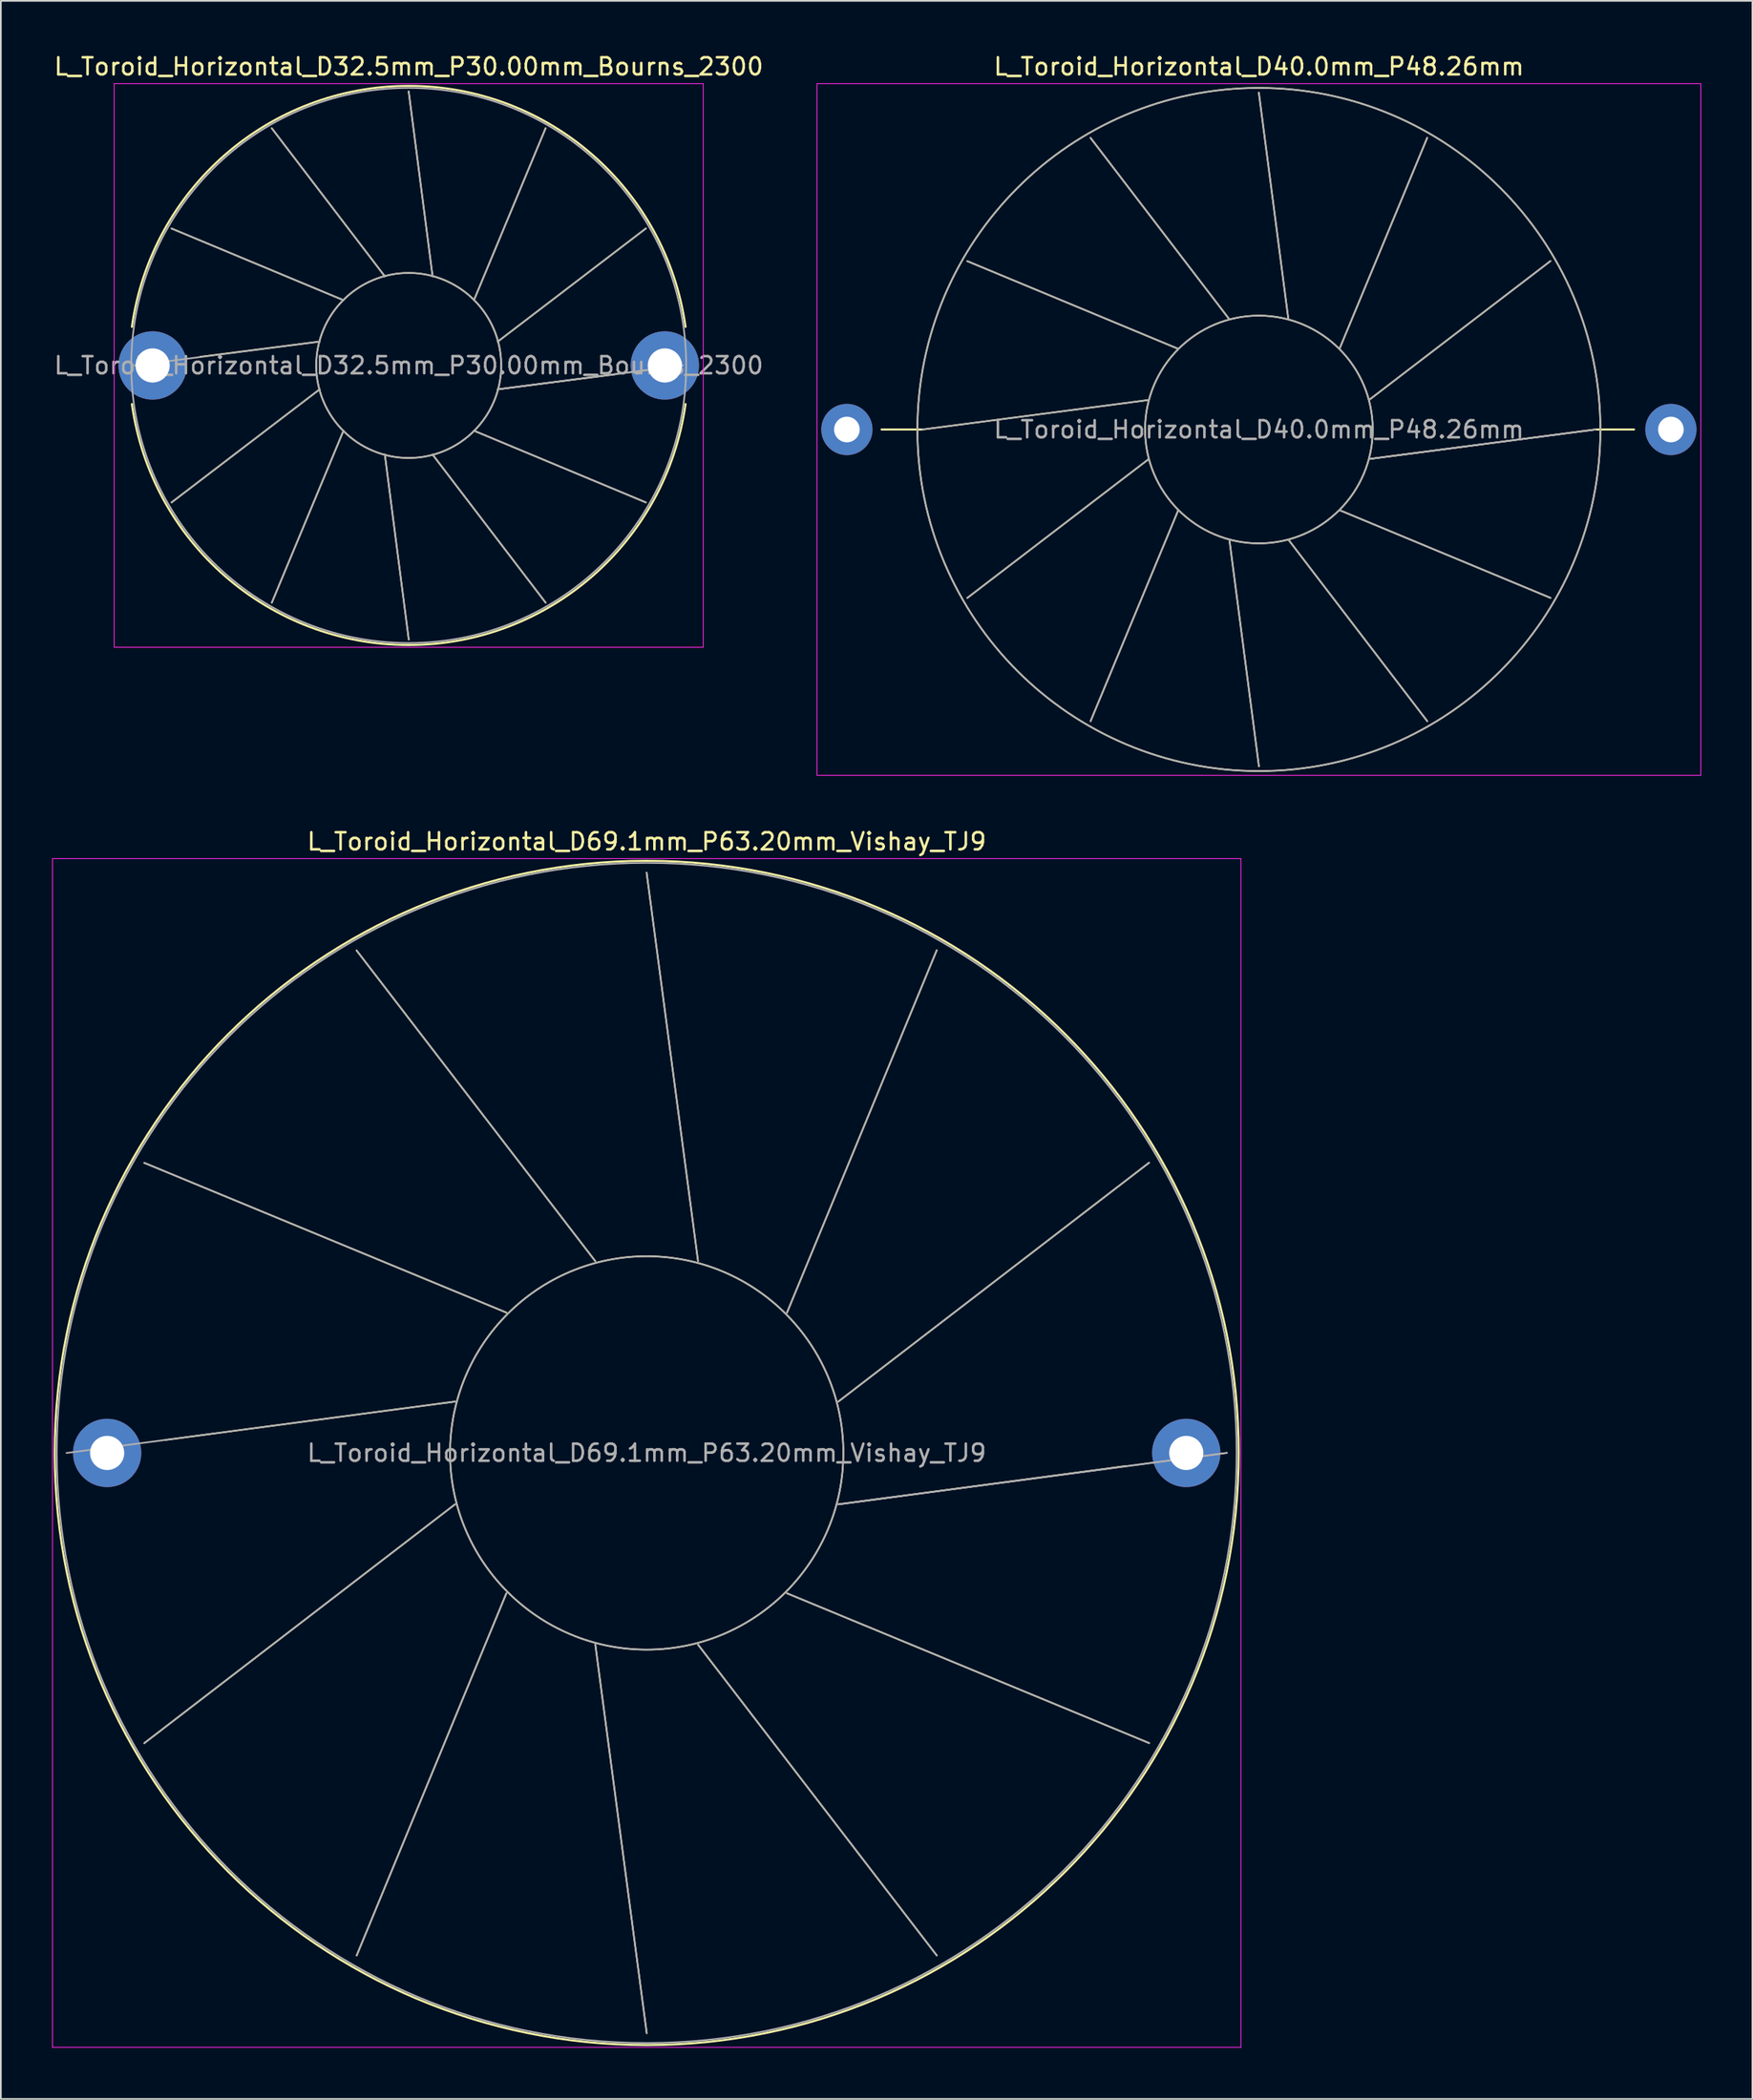
<source format=kicad_pcb>
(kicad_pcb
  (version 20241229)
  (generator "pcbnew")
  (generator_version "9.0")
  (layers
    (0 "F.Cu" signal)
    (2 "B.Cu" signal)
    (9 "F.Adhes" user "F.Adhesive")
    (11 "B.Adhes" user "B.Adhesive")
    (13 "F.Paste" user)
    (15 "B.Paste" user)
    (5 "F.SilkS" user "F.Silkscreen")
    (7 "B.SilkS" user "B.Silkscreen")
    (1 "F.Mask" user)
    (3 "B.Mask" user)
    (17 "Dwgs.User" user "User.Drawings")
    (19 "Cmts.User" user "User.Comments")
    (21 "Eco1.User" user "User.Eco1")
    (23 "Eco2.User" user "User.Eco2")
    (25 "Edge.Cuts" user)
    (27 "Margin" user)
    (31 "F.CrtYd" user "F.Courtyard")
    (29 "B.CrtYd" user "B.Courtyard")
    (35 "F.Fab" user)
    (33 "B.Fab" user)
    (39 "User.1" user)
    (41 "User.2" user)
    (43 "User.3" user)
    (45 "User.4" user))
  (footprint "L_Toroid_Horizontal_D69.1mm_P63.20mm_Vishay_TJ9"
    (layer "F.Cu")
    (at 3.225 82.022)
    (property "Reference" "L_Toroid_Horizontal_D69.1mm_P63.20mm_Vishay_TJ9" (at 31.6 -35.8 0) (layer "F.SilkS") (effects (font (size 1 1) (thickness 0.15))))
    (attr through_hole)
    (fp_line (start 2.174 -16.985) (end 23.379 -8.219) (stroke (width 0.1) (type solid)) (layer "F.SilkS"))
    (fp_line (start 2.177 16.991) (end 20.372 3.01) (stroke (width 0.1) (type solid)) (layer "F.SilkS"))
    (fp_line (start 3.429 -0.762) (end 20.371 -3.008) (stroke (width 0.1) (type solid)) (layer "F.SilkS"))
    (fp_line (start 14.608 -29.422) (end 28.59 -11.228) (stroke (width 0.1) (type solid)) (layer "F.SilkS"))
    (fp_line (start 14.614 29.426) (end 23.381 8.22) (stroke (width 0.1) (type solid)) (layer "F.SilkS"))
    (fp_line (start 31.595 -33.977) (end 34.607 -11.229) (stroke (width 0.1) (type solid)) (layer "F.SilkS"))
    (fp_line (start 31.602 33.977) (end 28.592 11.229) (stroke (width 0.1) (type solid)) (layer "F.SilkS"))
    (fp_line (start 48.584 -29.427) (end 39.819 -8.221) (stroke (width 0.1) (type solid)) (layer "F.SilkS"))
    (fp_line (start 48.589 29.424) (end 34.609 11.228) (stroke (width 0.1) (type solid)) (layer "F.SilkS"))
    (fp_line (start 59.69 0.762) (end 42.829 3.009) (stroke (width 0.1) (type solid)) (layer "F.SilkS"))
    (fp_line (start 61.022 -16.993) (end 42.828 -3.011) (stroke (width 0.1) (type solid)) (layer "F.SilkS"))
    (fp_line (start 61.025 16.988) (end 39.82 8.22) (stroke (width 0.1) (type solid)) (layer "F.SilkS"))
    (fp_circle (center 31.6 0) (end 43.117 0) (stroke (width 0.1) (type solid)) (fill no) (layer "F.SilkS"))
    (fp_circle (center 31.6 0) (end 66.27 0) (stroke (width 0.12) (type solid)) (fill no) (layer "F.SilkS"))
    (fp_line (start -3.2 -34.8) (end -3.2 34.8) (stroke (width 0.05) (type solid)) (layer "F.CrtYd"))
    (fp_line (start -3.2 34.8) (end 66.4 34.8) (stroke (width 0.05) (type solid)) (layer "F.CrtYd"))
    (fp_line (start 66.4 -34.8) (end -3.2 -34.8) (stroke (width 0.05) (type solid)) (layer "F.CrtYd"))
    (fp_line (start 66.4 34.8) (end 66.4 -34.8) (stroke (width 0.05) (type solid)) (layer "F.CrtYd"))
    (fp_line (start -2.377 0.003) (end 20.371 -3.008) (stroke (width 0.1) (type solid)) (layer "F.Fab"))
    (fp_line (start 2.174 -16.985) (end 23.379 -8.219) (stroke (width 0.1) (type solid)) (layer "F.Fab"))
    (fp_line (start 2.177 16.991) (end 20.372 3.01) (stroke (width 0.1) (type solid)) (layer "F.Fab"))
    (fp_line (start 14.608 -29.422) (end 28.59 -11.228) (stroke (width 0.1) (type solid)) (layer "F.Fab"))
    (fp_line (start 14.614 29.426) (end 23.381 8.22) (stroke (width 0.1) (type solid)) (layer "F.Fab"))
    (fp_line (start 31.595 -33.977) (end 34.607 -11.229) (stroke (width 0.1) (type solid)) (layer "F.Fab"))
    (fp_line (start 31.602 33.977) (end 28.592 11.229) (stroke (width 0.1) (type solid)) (layer "F.Fab"))
    (fp_line (start 48.584 -29.427) (end 39.819 -8.221) (stroke (width 0.1) (type solid)) (layer "F.Fab"))
    (fp_line (start 48.589 29.424) (end 34.609 11.228) (stroke (width 0.1) (type solid)) (layer "F.Fab"))
    (fp_line (start 61.022 -16.993) (end 42.828 -3.011) (stroke (width 0.1) (type solid)) (layer "F.Fab"))
    (fp_line (start 61.025 16.988) (end 39.82 8.22) (stroke (width 0.1) (type solid)) (layer "F.Fab"))
    (fp_line (start 65.577 -0.006) (end 42.829 3.006) (stroke (width 0.1) (type solid)) (layer "F.Fab"))
    (fp_line (start 65.577 0) (end 42.829 3.009) (stroke (width 0.1) (type solid)) (layer "F.Fab"))
    (fp_circle (center 31.6 0) (end 43.117 0) (stroke (width 0.1) (type solid)) (fill no) (layer "F.Fab"))
    (fp_circle (center 31.6 0) (end 66.15 0) (stroke (width 0.1) (type solid)) (fill no) (layer "F.Fab"))
    (fp_text user "${REFERENCE}" (at 31.6 0 0) (layer "F.Fab") (effects (font (size 1 1) (thickness 0.15))))
    (pad "1" thru_hole circle (at 0 0) (size 4 4) (drill 2) (layers "*.Cu" "*.Mask"))
    (pad "2" thru_hole circle (at 63.2 0) (size 4 4) (drill 2) (layers "*.Cu" "*.Mask")))
  (footprint "L_Toroid_Horizontal_D40.0mm_P48.26mm"
    (layer "F.Cu")
    (at 46.549 22.098)
    (property "Reference" "L_Toroid_Horizontal_D40.0mm_P48.26mm" (at 24.13 -21.25 0) (layer "F.SilkS") (effects (font (size 1 1) (thickness 0.15))))
    (attr through_hole)
    (fp_line (start 4.412 0.002) (end 2.032 0) (stroke (width 0.12) (type solid)) (layer "F.SilkS"))
    (fp_line (start 4.412 0.002) (end 17.68 -1.728) (stroke (width 0.1) (type solid)) (layer "F.SilkS"))
    (fp_line (start 7.053 -9.857) (end 19.408 -4.721) (stroke (width 0.1) (type solid)) (layer "F.SilkS"))
    (fp_line (start 7.055 9.86) (end 17.68 1.729) (stroke (width 0.1) (type solid)) (layer "F.SilkS"))
    (fp_line (start 14.269 -17.075) (end 22.401 -6.45) (stroke (width 0.1) (type solid)) (layer "F.SilkS"))
    (fp_line (start 14.272 17.077) (end 19.409 4.722) (stroke (width 0.1) (type solid)) (layer "F.SilkS"))
    (fp_line (start 24.127 -19.718) (end 25.857 -6.45) (stroke (width 0.1) (type solid)) (layer "F.SilkS"))
    (fp_line (start 24.131 19.718) (end 22.402 6.45) (stroke (width 0.1) (type solid)) (layer "F.SilkS"))
    (fp_line (start 33.986 -17.077) (end 28.851 -4.723) (stroke (width 0.1) (type solid)) (layer "F.SilkS"))
    (fp_line (start 33.989 17.076) (end 25.859 6.45) (stroke (width 0.1) (type solid)) (layer "F.SilkS"))
    (fp_line (start 41.204 -9.862) (end 30.58 -1.729) (stroke (width 0.1) (type solid)) (layer "F.SilkS"))
    (fp_line (start 41.206 9.859) (end 28.852 4.722) (stroke (width 0.1) (type solid)) (layer "F.SilkS"))
    (fp_line (start 43.848 0) (end 30.58 1.728) (stroke (width 0.1) (type solid)) (layer "F.SilkS"))
    (fp_line (start 43.848 0) (end 46.101 0) (stroke (width 0.12) (type solid)) (layer "F.SilkS"))
    (fp_circle (center 24.13 0) (end 30.797 0) (stroke (width 0.1) (type solid)) (fill no) (layer "F.SilkS"))
    (fp_circle (center 24.13 0) (end 44.13 0) (stroke (width 0.1) (type solid)) (fill no) (layer "F.SilkS"))
    (fp_line (start -1.75 -20.25) (end -1.75 20.25) (stroke (width 0.05) (type solid)) (layer "F.CrtYd"))
    (fp_line (start -1.75 20.25) (end 50.01 20.25) (stroke (width 0.05) (type solid)) (layer "F.CrtYd"))
    (fp_line (start 50.01 -20.25) (end -1.75 -20.25) (stroke (width 0.05) (type solid)) (layer "F.CrtYd"))
    (fp_line (start 50.01 20.25) (end 50.01 -20.25) (stroke (width 0.05) (type solid)) (layer "F.CrtYd"))
    (fp_line (start 4.412 0.002) (end 17.68 -1.728) (stroke (width 0.1) (type solid)) (layer "F.Fab"))
    (fp_line (start 7.053 -9.857) (end 19.408 -4.721) (stroke (width 0.1) (type solid)) (layer "F.Fab"))
    (fp_line (start 7.055 9.86) (end 17.68 1.729) (stroke (width 0.1) (type solid)) (layer "F.Fab"))
    (fp_line (start 14.269 -17.075) (end 22.401 -6.45) (stroke (width 0.1) (type solid)) (layer "F.Fab"))
    (fp_line (start 14.272 17.077) (end 19.409 4.722) (stroke (width 0.1) (type solid)) (layer "F.Fab"))
    (fp_line (start 24.127 -19.718) (end 25.857 -6.45) (stroke (width 0.1) (type solid)) (layer "F.Fab"))
    (fp_line (start 24.131 19.718) (end 22.402 6.45) (stroke (width 0.1) (type solid)) (layer "F.Fab"))
    (fp_line (start 33.986 -17.077) (end 28.851 -4.723) (stroke (width 0.1) (type solid)) (layer "F.Fab"))
    (fp_line (start 33.989 17.076) (end 25.859 6.45) (stroke (width 0.1) (type solid)) (layer "F.Fab"))
    (fp_line (start 41.204 -9.862) (end 30.58 -1.729) (stroke (width 0.1) (type solid)) (layer "F.Fab"))
    (fp_line (start 41.206 9.859) (end 28.852 4.722) (stroke (width 0.1) (type solid)) (layer "F.Fab"))
    (fp_line (start 43.848 -0.004) (end 30.58 1.727) (stroke (width 0.1) (type solid)) (layer "F.Fab"))
    (fp_line (start 43.848 0) (end 30.58 1.728) (stroke (width 0.1) (type solid)) (layer "F.Fab"))
    (fp_circle (center 24.13 0) (end 30.797 0) (stroke (width 0.1) (type solid)) (fill no) (layer "F.Fab"))
    (fp_circle (center 24.13 0) (end 44.13 0) (stroke (width 0.1) (type solid)) (fill no) (layer "F.Fab"))
    (fp_text user "${REFERENCE}" (at 24.13 0 0) (layer "F.Fab") (effects (font (size 1 1) (thickness 0.15))))
    (pad "1" thru_hole circle (at 0 0) (size 3 3) (drill 1.5) (layers "*.Cu" "*.Mask"))
    (pad "2" thru_hole circle (at 48.26 0) (size 3 3) (drill 1.5) (layers "*.Cu" "*.Mask")))
  (footprint "L_Toroid_Horizontal_D32.5mm_P30.00mm_Bourns_2300"
    (layer "F.Cu")
    (at 5.887 18.348)
    (property "Reference" "L_Toroid_Horizontal_D32.5mm_P30.00mm_Bourns_2300" (at 15 -17.5 0) (layer "F.SilkS") (effects (font (size 1 1) (thickness 0.15))))
    (attr through_hole)
    (fp_line (start 1.106 -8.02) (end 11.179 -3.82) (stroke (width 0.1) (type solid)) (layer "F.SilkS"))
    (fp_line (start 1.107 8.022) (end 9.782 1.399) (stroke (width 0.1) (type solid)) (layer "F.SilkS"))
    (fp_line (start 2.794 -0.508) (end 9.781 -1.398) (stroke (width 0.1) (type solid)) (layer "F.SilkS"))
    (fp_line (start 6.977 -13.892) (end 13.601 -5.218) (stroke (width 0.1) (type solid)) (layer "F.SilkS"))
    (fp_line (start 6.98 13.894) (end 11.18 3.82) (stroke (width 0.1) (type solid)) (layer "F.SilkS"))
    (fp_line (start 14.998 -16.043) (end 16.398 -5.219) (stroke (width 0.1) (type solid)) (layer "F.SilkS"))
    (fp_line (start 15.001 16.043) (end 13.602 5.219) (stroke (width 0.1) (type solid)) (layer "F.SilkS"))
    (fp_line (start 23.019 -13.895) (end 18.82 -3.821) (stroke (width 0.1) (type solid)) (layer "F.SilkS"))
    (fp_line (start 23.022 13.893) (end 16.398 5.218) (stroke (width 0.1) (type solid)) (layer "F.SilkS"))
    (fp_line (start 27.178 0.508) (end 20.219 1.398) (stroke (width 0.1) (type solid)) (layer "F.SilkS"))
    (fp_line (start 28.892 -8.024) (end 20.218 -1.399) (stroke (width 0.1) (type solid)) (layer "F.SilkS"))
    (fp_line (start 28.893 8.021) (end 18.82 3.82) (stroke (width 0.1) (type solid)) (layer "F.SilkS"))
    (fp_arc (start -1.213245 -2.26) (mid 15 -16.37) (end 31.213245 -2.26) (stroke (width 0.12) (type solid)) (layer "F.SilkS"))
    (fp_arc (start 31.213245 2.26) (mid 15 16.37) (end -1.213245 2.26) (stroke (width 0.12) (type solid)) (layer "F.SilkS"))
    (fp_circle (center 15 0) (end 20.417 0) (stroke (width 0.1) (type solid)) (fill no) (layer "F.SilkS"))
    (fp_line (start -2.25 -16.5) (end -2.25 16.5) (stroke (width 0.05) (type solid)) (layer "F.CrtYd"))
    (fp_line (start -2.25 16.5) (end 32.25 16.5) (stroke (width 0.05) (type solid)) (layer "F.CrtYd"))
    (fp_line (start 32.25 -16.5) (end -2.25 -16.5) (stroke (width 0.05) (type solid)) (layer "F.CrtYd"))
    (fp_line (start 32.25 16.5) (end 32.25 -16.5) (stroke (width 0.05) (type solid)) (layer "F.CrtYd"))
    (fp_line (start -1.043 0.001) (end 9.781 -1.398) (stroke (width 0.1) (type solid)) (layer "F.Fab"))
    (fp_line (start 1.106 -8.02) (end 11.179 -3.82) (stroke (width 0.1) (type solid)) (layer "F.Fab"))
    (fp_line (start 1.107 8.022) (end 9.782 1.399) (stroke (width 0.1) (type solid)) (layer "F.Fab"))
    (fp_line (start 6.977 -13.892) (end 13.601 -5.218) (stroke (width 0.1) (type solid)) (layer "F.Fab"))
    (fp_line (start 6.98 13.894) (end 11.18 3.82) (stroke (width 0.1) (type solid)) (layer "F.Fab"))
    (fp_line (start 14.998 -16.043) (end 16.398 -5.219) (stroke (width 0.1) (type solid)) (layer "F.Fab"))
    (fp_line (start 15.001 16.043) (end 13.602 5.219) (stroke (width 0.1) (type solid)) (layer "F.Fab"))
    (fp_line (start 23.019 -13.895) (end 18.82 -3.821) (stroke (width 0.1) (type solid)) (layer "F.Fab"))
    (fp_line (start 23.022 13.893) (end 16.398 5.218) (stroke (width 0.1) (type solid)) (layer "F.Fab"))
    (fp_line (start 28.892 -8.024) (end 20.218 -1.399) (stroke (width 0.1) (type solid)) (layer "F.Fab"))
    (fp_line (start 28.893 8.021) (end 18.82 3.82) (stroke (width 0.1) (type solid)) (layer "F.Fab"))
    (fp_line (start 31.043 -0.003) (end 20.219 1.397) (stroke (width 0.1) (type solid)) (layer "F.Fab"))
    (fp_line (start 31.043 0) (end 20.219 1.398) (stroke (width 0.1) (type solid)) (layer "F.Fab"))
    (fp_circle (center 15 0) (end 20.417 0) (stroke (width 0.1) (type solid)) (fill no) (layer "F.Fab"))
    (fp_circle (center 15 0) (end 31.25 0) (stroke (width 0.1) (type solid)) (fill no) (layer "F.Fab"))
    (fp_text user "${REFERENCE}" (at 15 0 0) (layer "F.Fab") (effects (font (size 1 1) (thickness 0.15))))
    (pad "1" thru_hole circle (at 0 0) (size 4 4) (drill 2) (layers "*.Cu" "*.Mask"))
    (pad "2" thru_hole circle (at 30 0) (size 4 4) (drill 2) (layers "*.Cu" "*.Mask")))
  (gr_rect
    (start -3 -3)
    (end 99.584 119.847)
    (stroke (width 0.1) (type default))
    (fill no)
    (layer "Edge.Cuts")))
</source>
